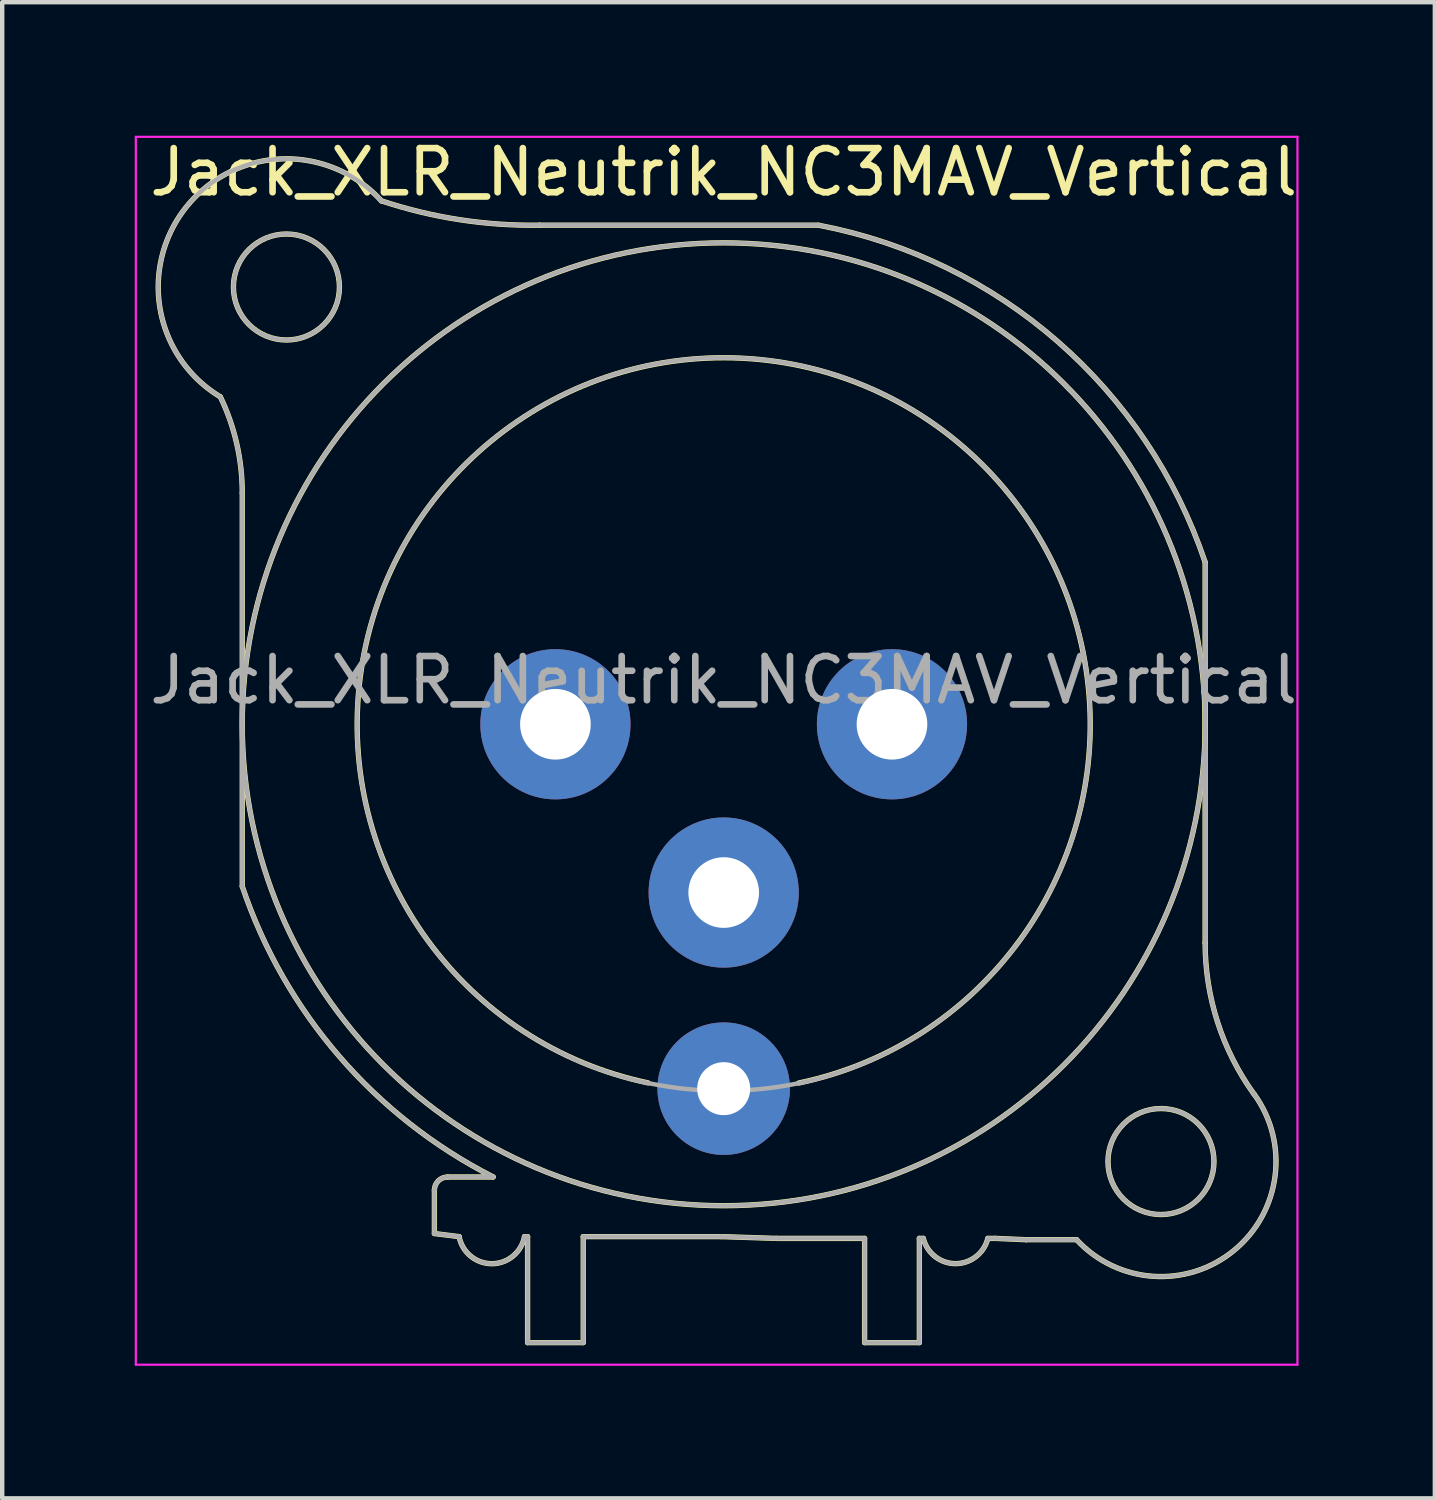
<source format=kicad_pcb>
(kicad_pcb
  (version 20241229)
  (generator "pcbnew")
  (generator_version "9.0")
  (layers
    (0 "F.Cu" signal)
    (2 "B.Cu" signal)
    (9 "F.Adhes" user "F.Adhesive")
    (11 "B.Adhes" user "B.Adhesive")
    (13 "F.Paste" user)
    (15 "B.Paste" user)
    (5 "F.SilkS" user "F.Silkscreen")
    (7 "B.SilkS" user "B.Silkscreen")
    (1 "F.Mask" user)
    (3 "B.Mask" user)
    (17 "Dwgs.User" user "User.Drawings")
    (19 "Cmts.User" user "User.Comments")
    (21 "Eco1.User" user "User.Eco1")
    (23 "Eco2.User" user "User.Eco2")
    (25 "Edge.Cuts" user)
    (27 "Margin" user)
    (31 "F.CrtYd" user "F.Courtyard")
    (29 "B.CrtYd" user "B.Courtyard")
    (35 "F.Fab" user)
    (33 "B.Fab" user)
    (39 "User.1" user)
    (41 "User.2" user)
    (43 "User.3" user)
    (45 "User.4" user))
  (footprint "Jack_XLR_Neutrik_NC3MAV_Vertical"
    (layer "F.Cu")
    (at 9.525 13.348)
    (property "Reference" "Jack_XLR_Neutrik_NC3MAV_Vertical" (at 3.81 -12.5 0) (layer "F.SilkS") (effects (font (size 1 1) (thickness 0.15))))
    (attr through_hole)
    (fp_line (start -7.09 3.67) (end -7.09 -5.24) (stroke (width 0.12) (type solid)) (layer "F.SilkS"))
    (fp_line (start -2.74 11.53) (end -2.74 10.55) (stroke (width 0.12) (type solid)) (layer "F.SilkS"))
    (fp_line (start -2.74 11.53) (end -2.18 11.6) (stroke (width 0.12) (type solid)) (layer "F.SilkS"))
    (fp_line (start -1.41 10.25) (end -2.44 10.25) (stroke (width 0.12) (type solid)) (layer "F.SilkS"))
    (fp_line (start -0.7 11.6) (end -0.63 11.6) (stroke (width 0.12) (type solid)) (layer "F.SilkS"))
    (fp_line (start -0.63 11.6) (end -0.63 14) (stroke (width 0.12) (type solid)) (layer "F.SilkS"))
    (fp_line (start 0.63 11.6) (end 0.63 14) (stroke (width 0.12) (type solid)) (layer "F.SilkS"))
    (fp_line (start 0.63 11.6) (end 3.76 11.6) (stroke (width 0.12) (type solid)) (layer "F.SilkS"))
    (fp_line (start 0.63 14) (end -0.63 14) (stroke (width 0.12) (type solid)) (layer "F.SilkS"))
    (fp_line (start 3.76 11.6) (end 5 11.64) (stroke (width 0.12) (type solid)) (layer "F.SilkS"))
    (fp_line (start 5 11.64) (end 7 11.64) (stroke (width 0.12) (type solid)) (layer "F.SilkS"))
    (fp_line (start 5.95 -11.3) (end -0.36 -11.3) (stroke (width 0.12) (type solid)) (layer "F.SilkS"))
    (fp_line (start 7 11.64) (end 7 14) (stroke (width 0.12) (type solid)) (layer "F.SilkS"))
    (fp_line (start 8.24 11.64) (end 8.24 14) (stroke (width 0.12) (type solid)) (layer "F.SilkS"))
    (fp_line (start 8.24 11.64) (end 8.33 11.64) (stroke (width 0.12) (type solid)) (layer "F.SilkS"))
    (fp_line (start 8.24 14) (end 7 14) (stroke (width 0.12) (type solid)) (layer "F.SilkS"))
    (fp_line (start 9.79 11.64) (end 9.96 11.64) (stroke (width 0.12) (type solid)) (layer "F.SilkS"))
    (fp_line (start 9.96 11.64) (end 10.66 11.67) (stroke (width 0.12) (type solid)) (layer "F.SilkS"))
    (fp_line (start 10.66 11.67) (end 11.8 11.67) (stroke (width 0.12) (type solid)) (layer "F.SilkS"))
    (fp_line (start 14.71 -3.67) (end 14.71 4.95) (stroke (width 0.12) (type solid)) (layer "F.SilkS"))
    (fp_arc (start -7.593301 -7.417041) (mid -8.329941 -11.745986) (end -3.94 -11.85) (stroke (width 0.12) (type solid)) (layer "F.SilkS"))
    (fp_arc (start -7.585604 -7.412632) (mid -7.215472 -6.354221) (end -7.09 -5.24) (stroke (width 0.12) (type solid)) (layer "F.SilkS"))
    (fp_arc (start -2.74 10.55) (mid -2.652132 10.337868) (end -2.44 10.25) (stroke (width 0.12) (type solid)) (layer "F.SilkS"))
    (fp_arc (start -1.409988 10.248445) (mid -4.895314 7.51641) (end -7.09 3.67) (stroke (width 0.12) (type solid)) (layer "F.SilkS"))
    (fp_arc (start -0.699936 11.599661) (mid -1.439828 12.213127) (end -2.18 11.6) (stroke (width 0.12) (type solid)) (layer "F.SilkS"))
    (fp_arc (start -0.36 -11.3) (mid -2.1728 -11.424322) (end -3.939109 -11.850762) (stroke (width 0.12) (type solid)) (layer "F.SilkS"))
    (fp_arc (start 2.1 8.12) (mid 3.816114 -8.2981) (end 5.508033 8.122511) (stroke (width 0.12) (type solid)) (layer "F.SilkS"))
    (fp_arc (start 5.963496 -11.297847) (mid 11.369395 -8.668013) (end 14.71 -3.67) (stroke (width 0.12) (type solid)) (layer "F.SilkS"))
    (fp_arc (start 9.789694 11.641238) (mid 9.059362 12.211864) (end 8.33 11.64) (stroke (width 0.12) (type solid)) (layer "F.SilkS"))
    (fp_arc (start 15.815277 8.372002) (mid 14.993173 6.748036) (end 14.71 4.95) (stroke (width 0.12) (type solid)) (layer "F.SilkS"))
    (fp_arc (start 15.818809 8.372281) (mid 15.361853 11.913053) (end 11.8 11.67) (stroke (width 0.12) (type solid)) (layer "F.SilkS"))
    (fp_circle (center -6.09 -9.9) (end -4.89 -9.9) (stroke (width 0.12) (type solid)) (fill no) (layer "F.SilkS"))
    (fp_circle (center 3.81 0) (end 14.71 0) (stroke (width 0.12) (type solid)) (fill no) (layer "F.SilkS"))
    (fp_circle (center 13.71 9.9) (end 14.91 9.9) (stroke (width 0.12) (type solid)) (fill no) (layer "F.SilkS"))
    (fp_line (start -9.5 -13.3) (end 16.8 -13.3) (stroke (width 0.05) (type solid)) (layer "F.CrtYd"))
    (fp_line (start -9.5 14.5) (end -9.5 -13.3) (stroke (width 0.05) (type solid)) (layer "F.CrtYd"))
    (fp_line (start 16.8 -13.3) (end 16.8 14.5) (stroke (width 0.05) (type solid)) (layer "F.CrtYd"))
    (fp_line (start 16.8 14.5) (end -9.5 14.5) (stroke (width 0.05) (type solid)) (layer "F.CrtYd"))
    (fp_line (start -7.09 3.67) (end -7.09 -5.24) (stroke (width 0.1) (type solid)) (layer "F.Fab"))
    (fp_line (start -2.74 11.53) (end -2.74 10.55) (stroke (width 0.1) (type solid)) (layer "F.Fab"))
    (fp_line (start -2.74 11.53) (end -2.18 11.6) (stroke (width 0.1) (type solid)) (layer "F.Fab"))
    (fp_line (start -1.41 10.25) (end -2.44 10.25) (stroke (width 0.1) (type solid)) (layer "F.Fab"))
    (fp_line (start -0.7 11.6) (end -0.63 11.6) (stroke (width 0.1) (type solid)) (layer "F.Fab"))
    (fp_line (start -0.63 11.6) (end -0.63 14) (stroke (width 0.1) (type solid)) (layer "F.Fab"))
    (fp_line (start 0.63 11.6) (end 0.63 14) (stroke (width 0.1) (type solid)) (layer "F.Fab"))
    (fp_line (start 0.63 11.6) (end 3.76 11.6) (stroke (width 0.1) (type solid)) (layer "F.Fab"))
    (fp_line (start 0.63 14) (end -0.63 14) (stroke (width 0.1) (type solid)) (layer "F.Fab"))
    (fp_line (start 3.76 11.6) (end 5 11.64) (stroke (width 0.1) (type solid)) (layer "F.Fab"))
    (fp_line (start 5 11.64) (end 7 11.64) (stroke (width 0.1) (type solid)) (layer "F.Fab"))
    (fp_line (start 5.95 -11.3) (end -0.36 -11.3) (stroke (width 0.1) (type solid)) (layer "F.Fab"))
    (fp_line (start 7 11.64) (end 7 14) (stroke (width 0.1) (type solid)) (layer "F.Fab"))
    (fp_line (start 8.24 11.64) (end 8.24 14) (stroke (width 0.1) (type solid)) (layer "F.Fab"))
    (fp_line (start 8.24 11.64) (end 8.33 11.64) (stroke (width 0.1) (type solid)) (layer "F.Fab"))
    (fp_line (start 8.24 14) (end 7 14) (stroke (width 0.1) (type solid)) (layer "F.Fab"))
    (fp_line (start 9.79 11.64) (end 9.96 11.64) (stroke (width 0.1) (type solid)) (layer "F.Fab"))
    (fp_line (start 9.96 11.64) (end 10.66 11.67) (stroke (width 0.1) (type solid)) (layer "F.Fab"))
    (fp_line (start 10.66 11.67) (end 11.8 11.67) (stroke (width 0.1) (type solid)) (layer "F.Fab"))
    (fp_line (start 14.71 -3.67) (end 14.71 4.95) (stroke (width 0.1) (type solid)) (layer "F.Fab"))
    (fp_arc (start -7.593301 -7.417041) (mid -8.329941 -11.745986) (end -3.94 -11.85) (stroke (width 0.1) (type solid)) (layer "F.Fab"))
    (fp_arc (start -7.585604 -7.412632) (mid -7.215472 -6.354221) (end -7.09 -5.24) (stroke (width 0.1) (type solid)) (layer "F.Fab"))
    (fp_arc (start -2.74 10.55) (mid -2.652132 10.337868) (end -2.44 10.25) (stroke (width 0.1) (type solid)) (layer "F.Fab"))
    (fp_arc (start -1.409988 10.248445) (mid -4.895314 7.51641) (end -7.09 3.67) (stroke (width 0.1) (type solid)) (layer "F.Fab"))
    (fp_arc (start -0.699936 11.599661) (mid -1.439828 12.213127) (end -2.18 11.6) (stroke (width 0.1) (type solid)) (layer "F.Fab"))
    (fp_arc (start -0.36 -11.3) (mid -2.1728 -11.424322) (end -3.939109 -11.850762) (stroke (width 0.1) (type solid)) (layer "F.Fab"))
    (fp_arc (start 5.963496 -11.297847) (mid 11.369395 -8.668013) (end 14.71 -3.67) (stroke (width 0.1) (type solid)) (layer "F.Fab"))
    (fp_arc (start 9.789694 11.641238) (mid 9.059362 12.211864) (end 8.33 11.64) (stroke (width 0.1) (type solid)) (layer "F.Fab"))
    (fp_arc (start 15.815277 8.372002) (mid 14.993173 6.748036) (end 14.71 4.95) (stroke (width 0.1) (type solid)) (layer "F.Fab"))
    (fp_arc (start 15.818809 8.372281) (mid 15.361853 11.913053) (end 11.8 11.67) (stroke (width 0.1) (type solid)) (layer "F.Fab"))
    (fp_circle (center -6.09 -9.9) (end -4.89 -9.9) (stroke (width 0.1) (type solid)) (fill no) (layer "F.Fab"))
    (fp_circle (center 3.81 0) (end 12.11 0) (stroke (width 0.1) (type solid)) (fill no) (layer "F.Fab"))
    (fp_circle (center 3.81 0) (end 14.71 0) (stroke (width 0.1) (type solid)) (fill no) (layer "F.Fab"))
    (fp_circle (center 13.71 9.9) (end 14.91 9.9) (stroke (width 0.1) (type solid)) (fill no) (layer "F.Fab"))
    (fp_text user "${REFERENCE}" (at 3.81 -1 0) (layer "F.Fab") (effects (font (size 1 1) (thickness 0.15))))
    (pad "1" thru_hole circle (at 0 0) (size 3.4 3.4) (drill 1.6) (layers "*.Cu" "*.Mask"))
    (pad "2" thru_hole circle (at 7.62 0) (size 3.4 3.4) (drill 1.6) (layers "*.Cu" "*.Mask"))
    (pad "3" thru_hole circle (at 3.81 3.81) (size 3.4 3.4) (drill 1.6) (layers "*.Cu" "*.Mask"))
    (pad "G" thru_hole circle (at 3.81 8.25) (size 3 3) (drill 1.2) (layers "*.Cu" "*.Mask")))
  (gr_rect
    (start -3 -3)
    (end 29.436 30.873)
    (stroke (width 0.1) (type default))
    (fill no)
    (layer "Edge.Cuts")))
</source>
